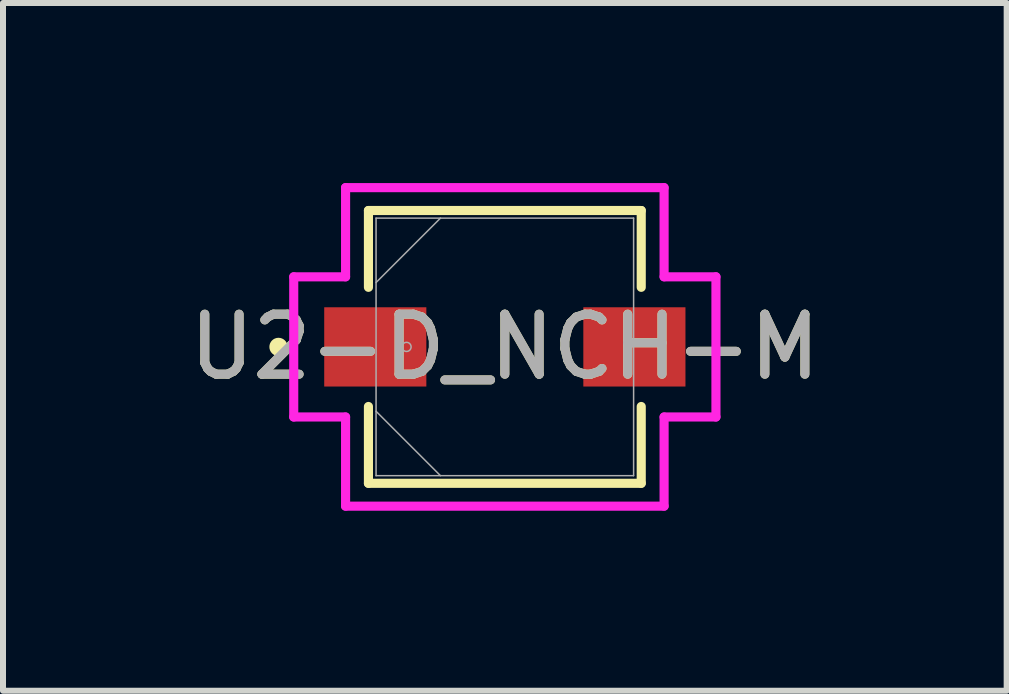
<source format=kicad_pcb>
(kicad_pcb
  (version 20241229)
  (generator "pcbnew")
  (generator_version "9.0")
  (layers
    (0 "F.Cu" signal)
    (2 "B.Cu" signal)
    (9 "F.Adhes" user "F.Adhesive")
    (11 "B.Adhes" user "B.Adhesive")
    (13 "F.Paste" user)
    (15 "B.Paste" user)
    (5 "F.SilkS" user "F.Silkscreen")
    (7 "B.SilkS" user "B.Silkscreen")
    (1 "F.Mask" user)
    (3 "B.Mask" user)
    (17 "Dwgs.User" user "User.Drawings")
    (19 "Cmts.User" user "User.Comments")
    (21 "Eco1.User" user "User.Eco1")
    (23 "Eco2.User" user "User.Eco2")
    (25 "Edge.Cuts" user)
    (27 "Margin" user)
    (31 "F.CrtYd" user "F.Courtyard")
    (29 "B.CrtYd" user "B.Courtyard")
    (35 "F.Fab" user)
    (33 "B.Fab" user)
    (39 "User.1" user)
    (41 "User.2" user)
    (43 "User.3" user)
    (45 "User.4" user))
  (footprint "U2-D_NCH-M"
    (layer "F.Cu")
    (at 5.363 2.731)
    (property "Reference" "U2-D_NCH-M" (at 0 0 0) (unlocked yes) (layer "F.SilkS") (effects (font (size 1 1) (thickness 0.15))))
    (attr smd)
    (fp_line (start -2.273 -2.273) (end -2.273 -0.993) (stroke (width 0.152) (type solid)) (layer "F.SilkS"))
    (fp_line (start -2.273 0.993) (end -2.273 2.273) (stroke (width 0.152) (type solid)) (layer "F.SilkS"))
    (fp_line (start -2.273 2.273) (end 2.273 2.273) (stroke (width 0.152) (type solid)) (layer "F.SilkS"))
    (fp_line (start 2.273 -2.273) (end -2.273 -2.273) (stroke (width 0.152) (type solid)) (layer "F.SilkS"))
    (fp_line (start 2.273 -0.993) (end 2.273 -2.273) (stroke (width 0.152) (type solid)) (layer "F.SilkS"))
    (fp_line (start 2.273 2.273) (end 2.273 0.993) (stroke (width 0.152) (type solid)) (layer "F.SilkS"))
    (fp_circle (center -3.772 0) (end -3.696 0) (stroke (width 0.152) (type solid)) (fill no) (layer "F.SilkS"))
    (fp_line (start -3.518 -1.168) (end -2.654 -1.168) (stroke (width 0.152) (type solid)) (layer "F.CrtYd"))
    (fp_line (start -3.518 1.168) (end -3.518 -1.168) (stroke (width 0.152) (type solid)) (layer "F.CrtYd"))
    (fp_line (start -2.654 -2.654) (end 2.654 -2.654) (stroke (width 0.152) (type solid)) (layer "F.CrtYd"))
    (fp_line (start -2.654 -1.168) (end -2.654 -2.654) (stroke (width 0.152) (type solid)) (layer "F.CrtYd"))
    (fp_line (start -2.654 1.168) (end -3.518 1.168) (stroke (width 0.152) (type solid)) (layer "F.CrtYd"))
    (fp_line (start -2.654 2.654) (end -2.654 1.168) (stroke (width 0.152) (type solid)) (layer "F.CrtYd"))
    (fp_line (start 2.654 -2.654) (end 2.654 -1.168) (stroke (width 0.152) (type solid)) (layer "F.CrtYd"))
    (fp_line (start 2.654 -1.168) (end 3.518 -1.168) (stroke (width 0.152) (type solid)) (layer "F.CrtYd"))
    (fp_line (start 2.654 1.168) (end 2.654 2.654) (stroke (width 0.152) (type solid)) (layer "F.CrtYd"))
    (fp_line (start 2.654 2.654) (end -2.654 2.654) (stroke (width 0.152) (type solid)) (layer "F.CrtYd"))
    (fp_line (start 3.518 -1.168) (end 3.518 1.168) (stroke (width 0.152) (type solid)) (layer "F.CrtYd"))
    (fp_line (start 3.518 1.168) (end 2.654 1.168) (stroke (width 0.152) (type solid)) (layer "F.CrtYd"))
    (fp_line (start -2.146 -2.146) (end -2.146 2.146) (stroke (width 0.025) (type solid)) (layer "F.Fab"))
    (fp_line (start -2.146 -1.073) (end -1.073 -2.146) (stroke (width 0.025) (type solid)) (layer "F.Fab"))
    (fp_line (start -2.146 1.073) (end -1.073 2.146) (stroke (width 0.025) (type solid)) (layer "F.Fab"))
    (fp_line (start -2.146 2.146) (end 2.146 2.146) (stroke (width 0.025) (type solid)) (layer "F.Fab"))
    (fp_line (start 2.146 -2.146) (end -2.146 -2.146) (stroke (width 0.025) (type solid)) (layer "F.Fab"))
    (fp_line (start 2.146 2.146) (end 2.146 -2.146) (stroke (width 0.025) (type solid)) (layer "F.Fab"))
    (fp_circle (center -1.638 0) (end -1.562 0) (stroke (width 0.025) (type solid)) (fill no) (layer "F.Fab"))
    (fp_text user "${REFERENCE}" (at 0 0 0) (unlocked yes) (layer "F.Fab") (effects (font (size 1 1) (thickness 0.15))))
    (pad "1" smd rect (at -2.159 0) (size 1.702 1.321) (layers "F.Cu" "F.Mask" "F.Paste"))
    (pad "2" smd rect (at 2.159 0) (size 1.702 1.321) (layers "F.Cu" "F.Mask" "F.Paste"))
    (zone (net_name "") (layer "F.Cu") (hatch full 0.508) (connect_pads) (min_thickness 0.254) (filled_areas_thickness no) (keepout (tracks not_allowed) (vias not_allowed) (pads allowed) (copperpour not_allowed) (footprints allowed)) (placement (enabled no)) (fill) (polygon (pts (xy 3.268 0.635) (xy 7.459 0.635) (xy 7.459 2.019) (xy 3.268 2.019))))
    (zone (net_name "") (layer "F.Cu") (hatch full 0.508) (connect_pads) (min_thickness 0.254) (filled_areas_thickness no) (keepout (tracks not_allowed) (vias not_allowed) (pads allowed) (copperpour not_allowed) (footprints allowed)) (placement (enabled no)) (fill) (polygon (pts (xy 3.268 3.442) (xy 7.459 3.442) (xy 7.459 4.826) (xy 3.268 4.826))))
    (zone (net_name "") (layer "F.Cu") (hatch full 0.508) (connect_pads) (min_thickness 0.254) (filled_areas_thickness no) (keepout (tracks not_allowed) (vias not_allowed) (pads allowed) (copperpour not_allowed) (footprints allowed)) (placement (enabled no)) (fill) (polygon (pts (xy 4.106 2.019) (xy 6.62 2.019) (xy 6.62 3.442) (xy 4.106 3.442)))))
  (gr_rect
    (start -3 -3)
    (end 13.726 8.461)
    (stroke (width 0.1) (type default))
    (fill no)
    (layer "Edge.Cuts")))
</source>
